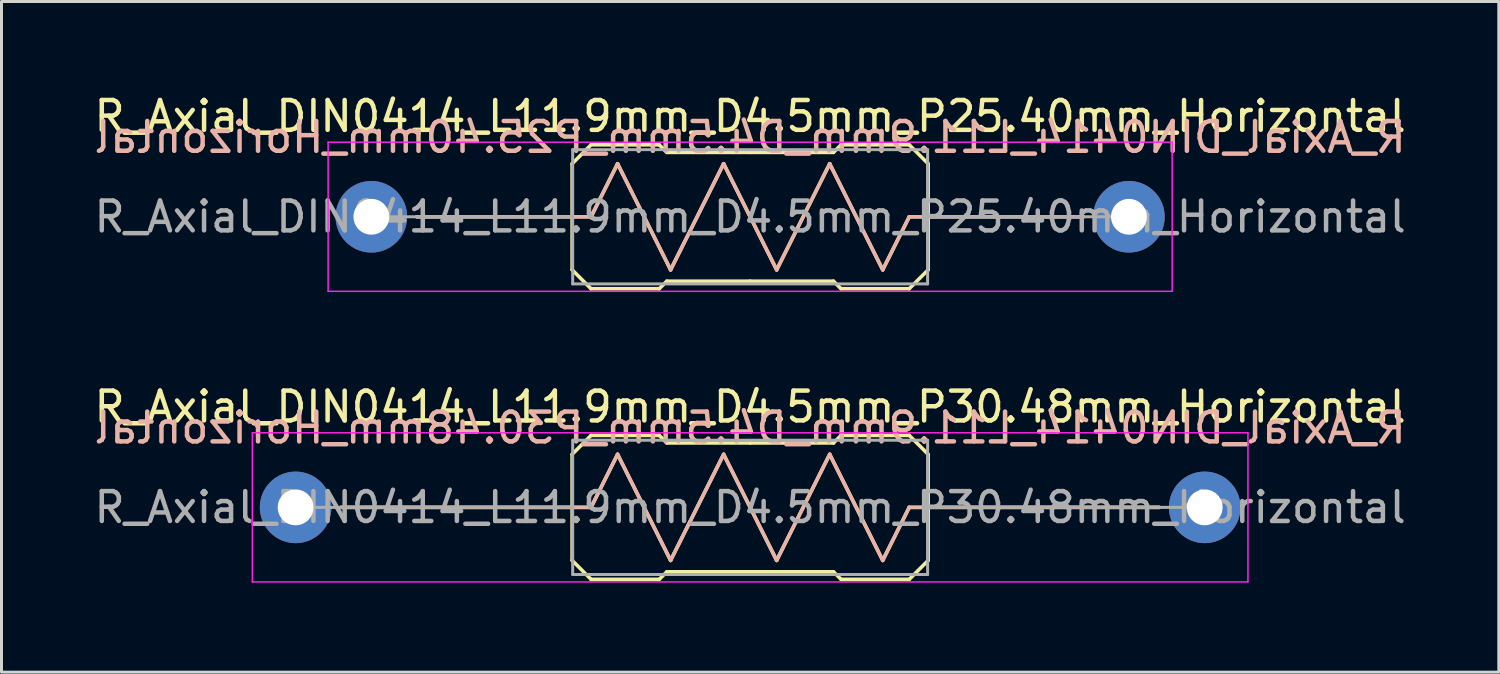
<source format=kicad_pcb>
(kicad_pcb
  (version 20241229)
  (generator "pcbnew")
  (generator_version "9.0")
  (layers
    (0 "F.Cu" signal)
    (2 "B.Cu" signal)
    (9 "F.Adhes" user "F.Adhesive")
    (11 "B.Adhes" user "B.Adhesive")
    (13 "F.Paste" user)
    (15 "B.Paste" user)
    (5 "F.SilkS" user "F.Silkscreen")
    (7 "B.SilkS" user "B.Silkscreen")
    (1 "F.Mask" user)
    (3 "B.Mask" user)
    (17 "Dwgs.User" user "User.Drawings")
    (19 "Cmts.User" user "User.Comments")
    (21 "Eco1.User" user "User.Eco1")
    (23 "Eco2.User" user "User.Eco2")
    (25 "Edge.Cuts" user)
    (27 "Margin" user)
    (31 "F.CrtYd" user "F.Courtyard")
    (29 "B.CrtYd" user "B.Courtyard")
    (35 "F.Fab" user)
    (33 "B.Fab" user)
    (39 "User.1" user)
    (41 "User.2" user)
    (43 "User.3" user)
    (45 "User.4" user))
  (footprint "R_Axial_DIN0414_L11.9mm_D4.5mm_P30.48mm_Horizontal"
    (layer "F.Cu")
    (at 6.861 13.961)
    (property "Reference" "R_Axial_DIN0414_L11.9mm_D4.5mm_P30.48mm_Horizontal" (at 15.24 -3.37 0) (layer "F.SilkS") (effects (font (size 1 1) (thickness 0.15))))
    (attr through_hole)
    (fp_line (start 9.271 -1.778) (end 9.906 -2.413) (stroke (width 0.12) (type solid)) (layer "F.SilkS"))
    (fp_line (start 9.271 0) (end 1.524 0) (stroke (width 0.12) (type solid)) (layer "F.SilkS"))
    (fp_line (start 9.271 1.778) (end 9.271 -1.778) (stroke (width 0.12) (type solid)) (layer "F.SilkS"))
    (fp_line (start 9.271 1.778) (end 9.906 2.413) (stroke (width 0.12) (type solid)) (layer "F.SilkS"))
    (fp_line (start 9.906 -2.413) (end 12.192 -2.413) (stroke (width 0.12) (type solid)) (layer "F.SilkS"))
    (fp_line (start 9.906 0) (end 9.271 0) (stroke (width 0.12) (type solid)) (layer "F.SilkS"))
    (fp_line (start 9.906 0) (end 10.795 -1.778) (stroke (width 0.12) (type solid)) (layer "F.SilkS"))
    (fp_line (start 9.906 2.413) (end 12.192 2.413) (stroke (width 0.12) (type solid)) (layer "F.SilkS"))
    (fp_line (start 10.795 -1.778) (end 12.573 1.778) (stroke (width 0.12) (type solid)) (layer "F.SilkS"))
    (fp_line (start 12.192 -2.413) (end 12.446 -2.159) (stroke (width 0.12) (type solid)) (layer "F.SilkS"))
    (fp_line (start 12.192 2.413) (end 12.446 2.159) (stroke (width 0.12) (type solid)) (layer "F.SilkS"))
    (fp_line (start 12.446 -2.159) (end 15.24 -2.159) (stroke (width 0.12) (type solid)) (layer "F.SilkS"))
    (fp_line (start 12.446 2.159) (end 15.24 2.159) (stroke (width 0.12) (type solid)) (layer "F.SilkS"))
    (fp_line (start 12.573 1.778) (end 14.351 -1.778) (stroke (width 0.12) (type solid)) (layer "F.SilkS"))
    (fp_line (start 14.351 -1.778) (end 16.129 1.778) (stroke (width 0.12) (type solid)) (layer "F.SilkS"))
    (fp_line (start 16.129 1.778) (end 17.907 -1.778) (stroke (width 0.12) (type solid)) (layer "F.SilkS"))
    (fp_line (start 17.907 -1.778) (end 19.685 1.778) (stroke (width 0.12) (type solid)) (layer "F.SilkS"))
    (fp_line (start 18.034 -2.159) (end 15.24 -2.159) (stroke (width 0.12) (type solid)) (layer "F.SilkS"))
    (fp_line (start 18.034 2.159) (end 15.24 2.159) (stroke (width 0.12) (type solid)) (layer "F.SilkS"))
    (fp_line (start 18.288 -2.413) (end 18.034 -2.159) (stroke (width 0.12) (type solid)) (layer "F.SilkS"))
    (fp_line (start 18.288 2.413) (end 18.034 2.159) (stroke (width 0.12) (type solid)) (layer "F.SilkS"))
    (fp_line (start 19.685 1.778) (end 20.574 0) (stroke (width 0.12) (type solid)) (layer "F.SilkS"))
    (fp_line (start 20.574 -2.413) (end 18.288 -2.413) (stroke (width 0.12) (type solid)) (layer "F.SilkS"))
    (fp_line (start 20.574 0) (end 21.209 0) (stroke (width 0.12) (type solid)) (layer "F.SilkS"))
    (fp_line (start 20.574 2.413) (end 18.288 2.413) (stroke (width 0.12) (type solid)) (layer "F.SilkS"))
    (fp_line (start 21.209 -1.778) (end 20.574 -2.413) (stroke (width 0.12) (type solid)) (layer "F.SilkS"))
    (fp_line (start 21.209 0) (end 28.956 0) (stroke (width 0.12) (type solid)) (layer "F.SilkS"))
    (fp_line (start 21.209 1.778) (end 20.574 2.413) (stroke (width 0.12) (type solid)) (layer "F.SilkS"))
    (fp_line (start 21.209 1.778) (end 21.209 -1.778) (stroke (width 0.12) (type solid)) (layer "F.SilkS"))
    (fp_line (start 1.524 0) (end 9.906 0) (stroke (width 0.12) (type solid)) (layer "B.SilkS"))
    (fp_line (start 9.906 0) (end 10.795 -1.778) (stroke (width 0.12) (type solid)) (layer "B.SilkS"))
    (fp_line (start 10.795 -1.778) (end 12.573 1.778) (stroke (width 0.12) (type solid)) (layer "B.SilkS"))
    (fp_line (start 12.573 1.778) (end 14.351 -1.778) (stroke (width 0.12) (type solid)) (layer "B.SilkS"))
    (fp_line (start 14.351 -1.778) (end 16.129 1.778) (stroke (width 0.12) (type solid)) (layer "B.SilkS"))
    (fp_line (start 16.129 1.778) (end 17.907 -1.778) (stroke (width 0.12) (type solid)) (layer "B.SilkS"))
    (fp_line (start 17.907 -1.778) (end 19.685 1.778) (stroke (width 0.12) (type solid)) (layer "B.SilkS"))
    (fp_line (start 19.685 1.778) (end 20.574 0) (stroke (width 0.12) (type solid)) (layer "B.SilkS"))
    (fp_line (start 20.574 0) (end 28.956 0) (stroke (width 0.12) (type solid)) (layer "B.SilkS"))
    (fp_line (start -1.45 -2.5) (end -1.45 2.5) (stroke (width 0.05) (type solid)) (layer "F.CrtYd"))
    (fp_line (start -1.45 2.5) (end 31.93 2.5) (stroke (width 0.05) (type solid)) (layer "F.CrtYd"))
    (fp_line (start 31.93 -2.5) (end -1.45 -2.5) (stroke (width 0.05) (type solid)) (layer "F.CrtYd"))
    (fp_line (start 31.93 2.5) (end 31.93 -2.5) (stroke (width 0.05) (type solid)) (layer "F.CrtYd"))
    (fp_line (start 0 0) (end 9.29 0) (stroke (width 0.1) (type solid)) (layer "F.Fab"))
    (fp_line (start 9.29 -2.25) (end 9.29 2.25) (stroke (width 0.1) (type solid)) (layer "F.Fab"))
    (fp_line (start 9.29 2.25) (end 21.19 2.25) (stroke (width 0.1) (type solid)) (layer "F.Fab"))
    (fp_line (start 21.19 -2.25) (end 9.29 -2.25) (stroke (width 0.1) (type solid)) (layer "F.Fab"))
    (fp_line (start 21.19 2.25) (end 21.19 -2.25) (stroke (width 0.1) (type solid)) (layer "F.Fab"))
    (fp_line (start 30.48 0) (end 21.19 0) (stroke (width 0.1) (type solid)) (layer "F.Fab"))
    (fp_text user "${REFERENCE}" (at 15.24 -2.667 0) (unlocked yes) (layer "B.SilkS") (effects (font (size 1 1) (thickness 0.15)) (justify mirror)))
    (fp_text user "${REFERENCE}" (at 15.24 0 0) (layer "F.Fab") (effects (font (size 1 1) (thickness 0.15))))
    (pad "1" thru_hole circle (at 0 0) (size 2.4 2.4) (drill 1.2) (layers "*.Cu" "*.Mask"))
    (pad "2" thru_hole oval (at 30.48 0) (size 2.4 2.4) (drill 1.2) (layers "*.Cu" "*.Mask")))
  (footprint "R_Axial_DIN0414_L11.9mm_D4.5mm_P25.40mm_Horizontal"
    (layer "F.Cu")
    (at 9.401 4.218)
    (property "Reference" "R_Axial_DIN0414_L11.9mm_D4.5mm_P25.40mm_Horizontal" (at 12.7 -3.37 0) (layer "F.SilkS") (effects (font (size 1 1) (thickness 0.15))))
    (attr through_hole)
    (fp_line (start 6.731 -1.778) (end 7.366 -2.413) (stroke (width 0.12) (type solid)) (layer "F.SilkS"))
    (fp_line (start 6.731 0) (end 1.524 0) (stroke (width 0.12) (type solid)) (layer "F.SilkS"))
    (fp_line (start 6.731 1.778) (end 6.731 -1.778) (stroke (width 0.12) (type solid)) (layer "F.SilkS"))
    (fp_line (start 6.731 1.778) (end 7.366 2.413) (stroke (width 0.12) (type solid)) (layer "F.SilkS"))
    (fp_line (start 7.366 -2.413) (end 9.652 -2.413) (stroke (width 0.12) (type solid)) (layer "F.SilkS"))
    (fp_line (start 7.366 0) (end 6.731 0) (stroke (width 0.12) (type solid)) (layer "F.SilkS"))
    (fp_line (start 7.366 0) (end 8.255 -1.778) (stroke (width 0.12) (type solid)) (layer "F.SilkS"))
    (fp_line (start 7.366 2.413) (end 9.652 2.413) (stroke (width 0.12) (type solid)) (layer "F.SilkS"))
    (fp_line (start 8.255 -1.778) (end 10.033 1.778) (stroke (width 0.12) (type solid)) (layer "F.SilkS"))
    (fp_line (start 9.652 -2.413) (end 9.906 -2.159) (stroke (width 0.12) (type solid)) (layer "F.SilkS"))
    (fp_line (start 9.652 2.413) (end 9.906 2.159) (stroke (width 0.12) (type solid)) (layer "F.SilkS"))
    (fp_line (start 9.906 -2.159) (end 12.7 -2.159) (stroke (width 0.12) (type solid)) (layer "F.SilkS"))
    (fp_line (start 9.906 2.159) (end 12.7 2.159) (stroke (width 0.12) (type solid)) (layer "F.SilkS"))
    (fp_line (start 10.033 1.778) (end 11.811 -1.778) (stroke (width 0.12) (type solid)) (layer "F.SilkS"))
    (fp_line (start 11.811 -1.778) (end 13.589 1.778) (stroke (width 0.12) (type solid)) (layer "F.SilkS"))
    (fp_line (start 13.589 1.778) (end 15.367 -1.778) (stroke (width 0.12) (type solid)) (layer "F.SilkS"))
    (fp_line (start 15.367 -1.778) (end 17.145 1.778) (stroke (width 0.12) (type solid)) (layer "F.SilkS"))
    (fp_line (start 15.494 -2.159) (end 12.7 -2.159) (stroke (width 0.12) (type solid)) (layer "F.SilkS"))
    (fp_line (start 15.494 2.159) (end 12.7 2.159) (stroke (width 0.12) (type solid)) (layer "F.SilkS"))
    (fp_line (start 15.748 -2.413) (end 15.494 -2.159) (stroke (width 0.12) (type solid)) (layer "F.SilkS"))
    (fp_line (start 15.748 2.413) (end 15.494 2.159) (stroke (width 0.12) (type solid)) (layer "F.SilkS"))
    (fp_line (start 17.145 1.778) (end 18.034 0) (stroke (width 0.12) (type solid)) (layer "F.SilkS"))
    (fp_line (start 18.034 -2.413) (end 15.748 -2.413) (stroke (width 0.12) (type solid)) (layer "F.SilkS"))
    (fp_line (start 18.034 0) (end 18.669 0) (stroke (width 0.12) (type solid)) (layer "F.SilkS"))
    (fp_line (start 18.034 2.413) (end 15.748 2.413) (stroke (width 0.12) (type solid)) (layer "F.SilkS"))
    (fp_line (start 18.669 -1.778) (end 18.034 -2.413) (stroke (width 0.12) (type solid)) (layer "F.SilkS"))
    (fp_line (start 18.669 0) (end 23.876 0) (stroke (width 0.12) (type solid)) (layer "F.SilkS"))
    (fp_line (start 18.669 1.778) (end 18.034 2.413) (stroke (width 0.12) (type solid)) (layer "F.SilkS"))
    (fp_line (start 18.669 1.778) (end 18.669 -1.778) (stroke (width 0.12) (type solid)) (layer "F.SilkS"))
    (fp_line (start 1.524 0) (end 7.366 0) (stroke (width 0.12) (type solid)) (layer "B.SilkS"))
    (fp_line (start 7.366 0) (end 8.255 -1.778) (stroke (width 0.12) (type solid)) (layer "B.SilkS"))
    (fp_line (start 8.255 -1.778) (end 10.033 1.778) (stroke (width 0.12) (type solid)) (layer "B.SilkS"))
    (fp_line (start 10.033 1.778) (end 11.811 -1.778) (stroke (width 0.12) (type solid)) (layer "B.SilkS"))
    (fp_line (start 11.811 -1.778) (end 13.589 1.778) (stroke (width 0.12) (type solid)) (layer "B.SilkS"))
    (fp_line (start 13.589 1.778) (end 15.367 -1.778) (stroke (width 0.12) (type solid)) (layer "B.SilkS"))
    (fp_line (start 15.367 -1.778) (end 17.145 1.778) (stroke (width 0.12) (type solid)) (layer "B.SilkS"))
    (fp_line (start 17.145 1.778) (end 18.034 0) (stroke (width 0.12) (type solid)) (layer "B.SilkS"))
    (fp_line (start 18.034 0) (end 23.876 0) (stroke (width 0.12) (type solid)) (layer "B.SilkS"))
    (fp_line (start -1.45 -2.5) (end -1.45 2.5) (stroke (width 0.05) (type solid)) (layer "F.CrtYd"))
    (fp_line (start -1.45 2.5) (end 26.85 2.5) (stroke (width 0.05) (type solid)) (layer "F.CrtYd"))
    (fp_line (start 26.85 -2.5) (end -1.45 -2.5) (stroke (width 0.05) (type solid)) (layer "F.CrtYd"))
    (fp_line (start 26.85 2.5) (end 26.85 -2.5) (stroke (width 0.05) (type solid)) (layer "F.CrtYd"))
    (fp_line (start 0 0) (end 6.75 0) (stroke (width 0.1) (type solid)) (layer "F.Fab"))
    (fp_line (start 6.75 -2.25) (end 6.75 2.25) (stroke (width 0.1) (type solid)) (layer "F.Fab"))
    (fp_line (start 6.75 2.25) (end 18.65 2.25) (stroke (width 0.1) (type solid)) (layer "F.Fab"))
    (fp_line (start 18.65 -2.25) (end 6.75 -2.25) (stroke (width 0.1) (type solid)) (layer "F.Fab"))
    (fp_line (start 18.65 2.25) (end 18.65 -2.25) (stroke (width 0.1) (type solid)) (layer "F.Fab"))
    (fp_line (start 25.4 0) (end 18.65 0) (stroke (width 0.1) (type solid)) (layer "F.Fab"))
    (fp_text user "${REFERENCE}" (at 12.7 -2.667 0) (unlocked yes) (layer "B.SilkS") (effects (font (size 1 1) (thickness 0.15)) (justify mirror)))
    (fp_text user "${REFERENCE}" (at 12.7 0 0) (layer "F.Fab") (effects (font (size 1 1) (thickness 0.15))))
    (pad "1" thru_hole circle (at 0 0) (size 2.4 2.4) (drill 1.2) (layers "*.Cu" "*.Mask"))
    (pad "2" thru_hole oval (at 25.4 0) (size 2.4 2.4) (drill 1.2) (layers "*.Cu" "*.Mask")))
  (gr_rect
    (start -3 -3)
    (end 47.202 19.486)
    (stroke (width 0.1) (type default))
    (fill no)
    (layer "Edge.Cuts")))
</source>
